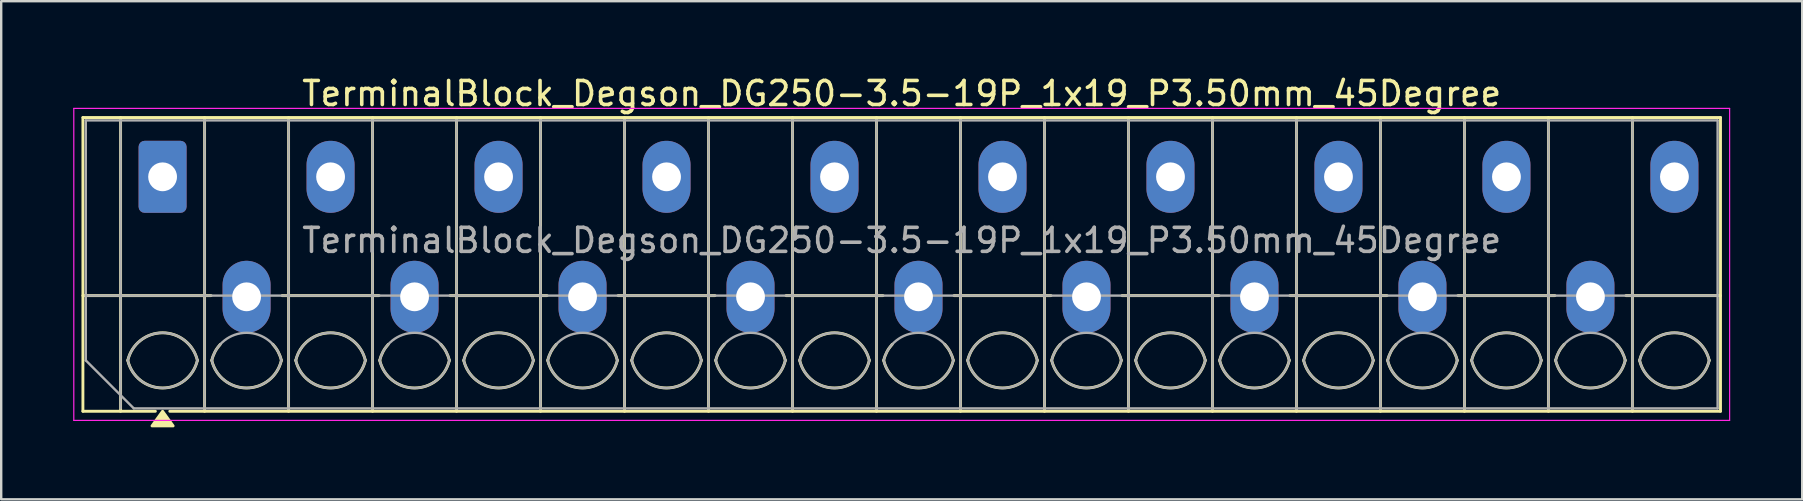
<source format=kicad_pcb>
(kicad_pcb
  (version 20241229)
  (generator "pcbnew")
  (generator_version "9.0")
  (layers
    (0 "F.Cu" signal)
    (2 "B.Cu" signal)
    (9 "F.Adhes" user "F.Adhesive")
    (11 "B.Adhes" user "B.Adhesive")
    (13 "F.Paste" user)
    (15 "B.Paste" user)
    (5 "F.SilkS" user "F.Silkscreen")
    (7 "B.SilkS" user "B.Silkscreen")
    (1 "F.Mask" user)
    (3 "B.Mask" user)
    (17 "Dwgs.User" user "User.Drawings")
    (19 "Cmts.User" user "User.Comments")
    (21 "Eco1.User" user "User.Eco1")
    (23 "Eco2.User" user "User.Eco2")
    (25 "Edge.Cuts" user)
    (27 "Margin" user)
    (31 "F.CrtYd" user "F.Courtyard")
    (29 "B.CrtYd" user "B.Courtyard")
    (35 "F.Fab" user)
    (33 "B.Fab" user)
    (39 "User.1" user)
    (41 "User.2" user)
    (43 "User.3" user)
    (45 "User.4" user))
  (footprint "TerminalBlock_Degson_DG250-3.5-19P_1x19_P3.50mm_45Degree"
    (layer "F.Cu")
    (at 3.725 4.318)
    (property "Reference" "TerminalBlock_Degson_DG250-3.5-19P_1x19_P3.50mm_45Degree" (at 30.8 -3.47 0) (layer "F.SilkS") (effects (font (size 1 1) (thickness 0.15))))
    (attr through_hole)
    (fp_line (start -3.32 -2.47) (end 64.92 -2.47) (stroke (width 0.12) (type solid)) (layer "F.SilkS"))
    (fp_line (start -3.32 4.95) (end 2.02 4.95) (stroke (width 0.12) (type solid)) (layer "F.SilkS"))
    (fp_line (start -3.32 9.77) (end -3.32 -2.47) (stroke (width 0.12) (type solid)) (layer "F.SilkS"))
    (fp_line (start -1.75 -2.47) (end -1.75 9.77) (stroke (width 0.12) (type solid)) (layer "F.SilkS"))
    (fp_line (start -0.3 9.77) (end -3.32 9.77) (stroke (width 0.12) (type solid)) (layer "F.SilkS"))
    (fp_line (start 1.75 -2.47) (end 1.75 9.77) (stroke (width 0.12) (type solid)) (layer "F.SilkS"))
    (fp_line (start 4.98 4.95) (end 9.02 4.95) (stroke (width 0.12) (type solid)) (layer "F.SilkS"))
    (fp_line (start 5.25 -2.47) (end 5.25 9.77) (stroke (width 0.12) (type solid)) (layer "F.SilkS"))
    (fp_line (start 8.75 -2.47) (end 8.75 9.77) (stroke (width 0.12) (type solid)) (layer "F.SilkS"))
    (fp_line (start 11.98 4.95) (end 16.02 4.95) (stroke (width 0.12) (type solid)) (layer "F.SilkS"))
    (fp_line (start 12.25 -2.47) (end 12.25 9.77) (stroke (width 0.12) (type solid)) (layer "F.SilkS"))
    (fp_line (start 15.75 -2.47) (end 15.75 9.77) (stroke (width 0.12) (type solid)) (layer "F.SilkS"))
    (fp_line (start 18.98 4.95) (end 23.02 4.95) (stroke (width 0.12) (type solid)) (layer "F.SilkS"))
    (fp_line (start 19.25 -2.47) (end 19.25 9.77) (stroke (width 0.12) (type solid)) (layer "F.SilkS"))
    (fp_line (start 22.75 -2.47) (end 22.75 9.77) (stroke (width 0.12) (type solid)) (layer "F.SilkS"))
    (fp_line (start 25.98 4.95) (end 30.02 4.95) (stroke (width 0.12) (type solid)) (layer "F.SilkS"))
    (fp_line (start 26.25 -2.47) (end 26.25 9.77) (stroke (width 0.12) (type solid)) (layer "F.SilkS"))
    (fp_line (start 29.75 -2.47) (end 29.75 9.77) (stroke (width 0.12) (type solid)) (layer "F.SilkS"))
    (fp_line (start 32.98 4.95) (end 37.02 4.95) (stroke (width 0.12) (type solid)) (layer "F.SilkS"))
    (fp_line (start 33.25 -2.47) (end 33.25 9.77) (stroke (width 0.12) (type solid)) (layer "F.SilkS"))
    (fp_line (start 36.75 -2.47) (end 36.75 9.77) (stroke (width 0.12) (type solid)) (layer "F.SilkS"))
    (fp_line (start 39.98 4.95) (end 44.02 4.95) (stroke (width 0.12) (type solid)) (layer "F.SilkS"))
    (fp_line (start 40.25 -2.47) (end 40.25 9.77) (stroke (width 0.12) (type solid)) (layer "F.SilkS"))
    (fp_line (start 43.75 -2.47) (end 43.75 9.77) (stroke (width 0.12) (type solid)) (layer "F.SilkS"))
    (fp_line (start 46.98 4.95) (end 51.02 4.95) (stroke (width 0.12) (type solid)) (layer "F.SilkS"))
    (fp_line (start 47.25 -2.47) (end 47.25 9.77) (stroke (width 0.12) (type solid)) (layer "F.SilkS"))
    (fp_line (start 50.75 -2.47) (end 50.75 9.77) (stroke (width 0.12) (type solid)) (layer "F.SilkS"))
    (fp_line (start 53.98 4.95) (end 58.02 4.95) (stroke (width 0.12) (type solid)) (layer "F.SilkS"))
    (fp_line (start 54.25 -2.47) (end 54.25 9.77) (stroke (width 0.12) (type solid)) (layer "F.SilkS"))
    (fp_line (start 57.75 -2.47) (end 57.75 9.77) (stroke (width 0.12) (type solid)) (layer "F.SilkS"))
    (fp_line (start 60.98 4.95) (end 64.92 4.95) (stroke (width 0.12) (type solid)) (layer "F.SilkS"))
    (fp_line (start 61.25 -2.47) (end 61.25 9.77) (stroke (width 0.12) (type solid)) (layer "F.SilkS"))
    (fp_line (start 64.92 -2.47) (end 64.92 9.77) (stroke (width 0.12) (type solid)) (layer "F.SilkS"))
    (fp_line (start 64.92 9.77) (end 0.3 9.77) (stroke (width 0.12) (type solid)) (layer "F.SilkS"))
    (fp_arc (start -1.45 7.65) (mid 0 6.5) (end 1.45 7.65) (stroke (width 0.12) (type solid)) (layer "F.SilkS"))
    (fp_arc (start 1.45 7.65) (mid 0 8.8) (end -1.45 7.65) (stroke (width 0.12) (type solid)) (layer "F.SilkS"))
    (fp_arc (start 2.05 7.65) (mid 2.18402 7.291962) (end 2.405 6.98) (stroke (width 0.12) (type solid)) (layer "F.SilkS"))
    (fp_arc (start 4.595 6.98) (mid 4.81598 7.291962) (end 4.95 7.65) (stroke (width 0.12) (type solid)) (layer "F.SilkS"))
    (fp_arc (start 4.95 7.65) (mid 3.5 8.8) (end 2.05 7.65) (stroke (width 0.12) (type solid)) (layer "F.SilkS"))
    (fp_arc (start 5.55 7.65) (mid 7 6.5) (end 8.45 7.65) (stroke (width 0.12) (type solid)) (layer "F.SilkS"))
    (fp_arc (start 8.45 7.65) (mid 7 8.8) (end 5.55 7.65) (stroke (width 0.12) (type solid)) (layer "F.SilkS"))
    (fp_arc (start 9.05 7.65) (mid 9.18402 7.291962) (end 9.405 6.98) (stroke (width 0.12) (type solid)) (layer "F.SilkS"))
    (fp_arc (start 11.595 6.98) (mid 11.81598 7.291962) (end 11.95 7.65) (stroke (width 0.12) (type solid)) (layer "F.SilkS"))
    (fp_arc (start 11.95 7.65) (mid 10.5 8.8) (end 9.05 7.65) (stroke (width 0.12) (type solid)) (layer "F.SilkS"))
    (fp_arc (start 12.55 7.65) (mid 14 6.5) (end 15.45 7.65) (stroke (width 0.12) (type solid)) (layer "F.SilkS"))
    (fp_arc (start 15.45 7.65) (mid 14 8.8) (end 12.55 7.65) (stroke (width 0.12) (type solid)) (layer "F.SilkS"))
    (fp_arc (start 16.05 7.65) (mid 16.18402 7.291962) (end 16.405 6.98) (stroke (width 0.12) (type solid)) (layer "F.SilkS"))
    (fp_arc (start 18.595 6.98) (mid 18.81598 7.291962) (end 18.95 7.65) (stroke (width 0.12) (type solid)) (layer "F.SilkS"))
    (fp_arc (start 18.95 7.65) (mid 17.5 8.8) (end 16.05 7.65) (stroke (width 0.12) (type solid)) (layer "F.SilkS"))
    (fp_arc (start 19.55 7.65) (mid 21 6.5) (end 22.45 7.65) (stroke (width 0.12) (type solid)) (layer "F.SilkS"))
    (fp_arc (start 22.45 7.65) (mid 21 8.8) (end 19.55 7.65) (stroke (width 0.12) (type solid)) (layer "F.SilkS"))
    (fp_arc (start 23.05 7.65) (mid 23.18402 7.291962) (end 23.405 6.98) (stroke (width 0.12) (type solid)) (layer "F.SilkS"))
    (fp_arc (start 25.595 6.98) (mid 25.81598 7.291962) (end 25.95 7.65) (stroke (width 0.12) (type solid)) (layer "F.SilkS"))
    (fp_arc (start 25.95 7.65) (mid 24.5 8.8) (end 23.05 7.65) (stroke (width 0.12) (type solid)) (layer "F.SilkS"))
    (fp_arc (start 26.55 7.65) (mid 28 6.5) (end 29.45 7.65) (stroke (width 0.12) (type solid)) (layer "F.SilkS"))
    (fp_arc (start 29.45 7.65) (mid 28 8.8) (end 26.55 7.65) (stroke (width 0.12) (type solid)) (layer "F.SilkS"))
    (fp_arc (start 30.05 7.65) (mid 30.18402 7.291962) (end 30.405 6.98) (stroke (width 0.12) (type solid)) (layer "F.SilkS"))
    (fp_arc (start 32.595 6.98) (mid 32.81598 7.291962) (end 32.95 7.65) (stroke (width 0.12) (type solid)) (layer "F.SilkS"))
    (fp_arc (start 32.95 7.65) (mid 31.5 8.8) (end 30.05 7.65) (stroke (width 0.12) (type solid)) (layer "F.SilkS"))
    (fp_arc (start 33.55 7.65) (mid 35 6.5) (end 36.45 7.65) (stroke (width 0.12) (type solid)) (layer "F.SilkS"))
    (fp_arc (start 36.45 7.65) (mid 35 8.8) (end 33.55 7.65) (stroke (width 0.12) (type solid)) (layer "F.SilkS"))
    (fp_arc (start 37.05 7.65) (mid 37.18402 7.291962) (end 37.405 6.98) (stroke (width 0.12) (type solid)) (layer "F.SilkS"))
    (fp_arc (start 39.595 6.98) (mid 39.81598 7.291962) (end 39.95 7.65) (stroke (width 0.12) (type solid)) (layer "F.SilkS"))
    (fp_arc (start 39.95 7.65) (mid 38.5 8.8) (end 37.05 7.65) (stroke (width 0.12) (type solid)) (layer "F.SilkS"))
    (fp_arc (start 40.55 7.65) (mid 42 6.5) (end 43.45 7.65) (stroke (width 0.12) (type solid)) (layer "F.SilkS"))
    (fp_arc (start 43.45 7.65) (mid 42 8.8) (end 40.55 7.65) (stroke (width 0.12) (type solid)) (layer "F.SilkS"))
    (fp_arc (start 44.05 7.65) (mid 44.18402 7.291962) (end 44.405 6.98) (stroke (width 0.12) (type solid)) (layer "F.SilkS"))
    (fp_arc (start 46.595 6.98) (mid 46.81598 7.291962) (end 46.95 7.65) (stroke (width 0.12) (type solid)) (layer "F.SilkS"))
    (fp_arc (start 46.95 7.65) (mid 45.5 8.8) (end 44.05 7.65) (stroke (width 0.12) (type solid)) (layer "F.SilkS"))
    (fp_arc (start 47.55 7.65) (mid 49 6.5) (end 50.45 7.65) (stroke (width 0.12) (type solid)) (layer "F.SilkS"))
    (fp_arc (start 50.45 7.65) (mid 49 8.8) (end 47.55 7.65) (stroke (width 0.12) (type solid)) (layer "F.SilkS"))
    (fp_arc (start 51.05 7.65) (mid 51.18402 7.291962) (end 51.405 6.98) (stroke (width 0.12) (type solid)) (layer "F.SilkS"))
    (fp_arc (start 53.595 6.98) (mid 53.81598 7.291962) (end 53.95 7.65) (stroke (width 0.12) (type solid)) (layer "F.SilkS"))
    (fp_arc (start 53.95 7.65) (mid 52.5 8.8) (end 51.05 7.65) (stroke (width 0.12) (type solid)) (layer "F.SilkS"))
    (fp_arc (start 54.55 7.65) (mid 56 6.5) (end 57.45 7.65) (stroke (width 0.12) (type solid)) (layer "F.SilkS"))
    (fp_arc (start 57.45 7.65) (mid 56 8.8) (end 54.55 7.65) (stroke (width 0.12) (type solid)) (layer "F.SilkS"))
    (fp_arc (start 58.05 7.65) (mid 58.18402 7.291962) (end 58.405 6.98) (stroke (width 0.12) (type solid)) (layer "F.SilkS"))
    (fp_arc (start 60.595 6.98) (mid 60.81598 7.291962) (end 60.95 7.65) (stroke (width 0.12) (type solid)) (layer "F.SilkS"))
    (fp_arc (start 60.95 7.65) (mid 59.5 8.8) (end 58.05 7.65) (stroke (width 0.12) (type solid)) (layer "F.SilkS"))
    (fp_arc (start 61.55 7.65) (mid 63 6.5) (end 64.45 7.65) (stroke (width 0.12) (type solid)) (layer "F.SilkS"))
    (fp_arc (start 64.45 7.65) (mid 63 8.8) (end 61.55 7.65) (stroke (width 0.12) (type solid)) (layer "F.SilkS"))
    (fp_poly (pts (xy 0 9.77) (xy 0.44 10.38) (xy -0.44 10.38)) (stroke (width 0.12) (type solid)) (fill yes) (layer "F.SilkS"))
    (fp_line (start -3.7 -2.85) (end -3.7 10.15) (stroke (width 0.05) (type solid)) (layer "F.CrtYd"))
    (fp_line (start -3.7 10.15) (end 65.3 10.15) (stroke (width 0.05) (type solid)) (layer "F.CrtYd"))
    (fp_line (start 65.3 -2.85) (end -3.7 -2.85) (stroke (width 0.05) (type solid)) (layer "F.CrtYd"))
    (fp_line (start 65.3 10.15) (end 65.3 -2.85) (stroke (width 0.05) (type solid)) (layer "F.CrtYd"))
    (fp_line (start -3.2 -2.35) (end 64.8 -2.35) (stroke (width 0.1) (type solid)) (layer "F.Fab"))
    (fp_line (start -3.2 4.95) (end 64.8 4.95) (stroke (width 0.1) (type solid)) (layer "F.Fab"))
    (fp_line (start -3.2 7.65) (end -3.2 -2.35) (stroke (width 0.1) (type solid)) (layer "F.Fab"))
    (fp_line (start -1.75 -2.35) (end -1.75 9.65) (stroke (width 0.1) (type solid)) (layer "F.Fab"))
    (fp_line (start -1.2 9.65) (end -3.2 7.65) (stroke (width 0.1) (type solid)) (layer "F.Fab"))
    (fp_line (start 1.75 -2.35) (end 1.75 9.65) (stroke (width 0.1) (type solid)) (layer "F.Fab"))
    (fp_line (start 5.25 -2.35) (end 5.25 9.65) (stroke (width 0.1) (type solid)) (layer "F.Fab"))
    (fp_line (start 8.75 -2.35) (end 8.75 9.65) (stroke (width 0.1) (type solid)) (layer "F.Fab"))
    (fp_line (start 12.25 -2.35) (end 12.25 9.65) (stroke (width 0.1) (type solid)) (layer "F.Fab"))
    (fp_line (start 15.75 -2.35) (end 15.75 9.65) (stroke (width 0.1) (type solid)) (layer "F.Fab"))
    (fp_line (start 19.25 -2.35) (end 19.25 9.65) (stroke (width 0.1) (type solid)) (layer "F.Fab"))
    (fp_line (start 22.75 -2.35) (end 22.75 9.65) (stroke (width 0.1) (type solid)) (layer "F.Fab"))
    (fp_line (start 26.25 -2.35) (end 26.25 9.65) (stroke (width 0.1) (type solid)) (layer "F.Fab"))
    (fp_line (start 29.75 -2.35) (end 29.75 9.65) (stroke (width 0.1) (type solid)) (layer "F.Fab"))
    (fp_line (start 33.25 -2.35) (end 33.25 9.65) (stroke (width 0.1) (type solid)) (layer "F.Fab"))
    (fp_line (start 36.75 -2.35) (end 36.75 9.65) (stroke (width 0.1) (type solid)) (layer "F.Fab"))
    (fp_line (start 40.25 -2.35) (end 40.25 9.65) (stroke (width 0.1) (type solid)) (layer "F.Fab"))
    (fp_line (start 43.75 -2.35) (end 43.75 9.65) (stroke (width 0.1) (type solid)) (layer "F.Fab"))
    (fp_line (start 47.25 -2.35) (end 47.25 9.65) (stroke (width 0.1) (type solid)) (layer "F.Fab"))
    (fp_line (start 50.75 -2.35) (end 50.75 9.65) (stroke (width 0.1) (type solid)) (layer "F.Fab"))
    (fp_line (start 54.25 -2.35) (end 54.25 9.65) (stroke (width 0.1) (type solid)) (layer "F.Fab"))
    (fp_line (start 57.75 -2.35) (end 57.75 9.65) (stroke (width 0.1) (type solid)) (layer "F.Fab"))
    (fp_line (start 61.25 -2.35) (end 61.25 9.65) (stroke (width 0.1) (type solid)) (layer "F.Fab"))
    (fp_line (start 64.8 -2.35) (end 64.8 9.65) (stroke (width 0.1) (type solid)) (layer "F.Fab"))
    (fp_line (start 64.8 9.65) (end -1.2 9.65) (stroke (width 0.1) (type solid)) (layer "F.Fab"))
    (fp_arc (start -1.45 7.65) (mid 0 6.5) (end 1.45 7.65) (stroke (width 0.1) (type solid)) (layer "F.Fab"))
    (fp_arc (start 1.45 7.65) (mid 0 8.8) (end -1.45 7.65) (stroke (width 0.1) (type solid)) (layer "F.Fab"))
    (fp_arc (start 2.05 7.65) (mid 3.5 6.5) (end 4.95 7.65) (stroke (width 0.1) (type solid)) (layer "F.Fab"))
    (fp_arc (start 4.95 7.65) (mid 3.5 8.8) (end 2.05 7.65) (stroke (width 0.1) (type solid)) (layer "F.Fab"))
    (fp_arc (start 5.55 7.65) (mid 7 6.5) (end 8.45 7.65) (stroke (width 0.1) (type solid)) (layer "F.Fab"))
    (fp_arc (start 8.45 7.65) (mid 7 8.8) (end 5.55 7.65) (stroke (width 0.1) (type solid)) (layer "F.Fab"))
    (fp_arc (start 9.05 7.65) (mid 10.5 6.5) (end 11.95 7.65) (stroke (width 0.1) (type solid)) (layer "F.Fab"))
    (fp_arc (start 11.95 7.65) (mid 10.5 8.8) (end 9.05 7.65) (stroke (width 0.1) (type solid)) (layer "F.Fab"))
    (fp_arc (start 12.55 7.65) (mid 14 6.5) (end 15.45 7.65) (stroke (width 0.1) (type solid)) (layer "F.Fab"))
    (fp_arc (start 15.45 7.65) (mid 14 8.8) (end 12.55 7.65) (stroke (width 0.1) (type solid)) (layer "F.Fab"))
    (fp_arc (start 16.05 7.65) (mid 17.5 6.5) (end 18.95 7.65) (stroke (width 0.1) (type solid)) (layer "F.Fab"))
    (fp_arc (start 18.95 7.65) (mid 17.5 8.8) (end 16.05 7.65) (stroke (width 0.1) (type solid)) (layer "F.Fab"))
    (fp_arc (start 19.55 7.65) (mid 21 6.5) (end 22.45 7.65) (stroke (width 0.1) (type solid)) (layer "F.Fab"))
    (fp_arc (start 22.45 7.65) (mid 21 8.8) (end 19.55 7.65) (stroke (width 0.1) (type solid)) (layer "F.Fab"))
    (fp_arc (start 23.05 7.65) (mid 24.5 6.5) (end 25.95 7.65) (stroke (width 0.1) (type solid)) (layer "F.Fab"))
    (fp_arc (start 25.95 7.65) (mid 24.5 8.8) (end 23.05 7.65) (stroke (width 0.1) (type solid)) (layer "F.Fab"))
    (fp_arc (start 26.55 7.65) (mid 28 6.5) (end 29.45 7.65) (stroke (width 0.1) (type solid)) (layer "F.Fab"))
    (fp_arc (start 29.45 7.65) (mid 28 8.8) (end 26.55 7.65) (stroke (width 0.1) (type solid)) (layer "F.Fab"))
    (fp_arc (start 30.05 7.65) (mid 31.5 6.5) (end 32.95 7.65) (stroke (width 0.1) (type solid)) (layer "F.Fab"))
    (fp_arc (start 32.95 7.65) (mid 31.5 8.8) (end 30.05 7.65) (stroke (width 0.1) (type solid)) (layer "F.Fab"))
    (fp_arc (start 33.55 7.65) (mid 35 6.5) (end 36.45 7.65) (stroke (width 0.1) (type solid)) (layer "F.Fab"))
    (fp_arc (start 36.45 7.65) (mid 35 8.8) (end 33.55 7.65) (stroke (width 0.1) (type solid)) (layer "F.Fab"))
    (fp_arc (start 37.05 7.65) (mid 38.5 6.5) (end 39.95 7.65) (stroke (width 0.1) (type solid)) (layer "F.Fab"))
    (fp_arc (start 39.95 7.65) (mid 38.5 8.8) (end 37.05 7.65) (stroke (width 0.1) (type solid)) (layer "F.Fab"))
    (fp_arc (start 40.55 7.65) (mid 42 6.5) (end 43.45 7.65) (stroke (width 0.1) (type solid)) (layer "F.Fab"))
    (fp_arc (start 43.45 7.65) (mid 42 8.8) (end 40.55 7.65) (stroke (width 0.1) (type solid)) (layer "F.Fab"))
    (fp_arc (start 44.05 7.65) (mid 45.5 6.5) (end 46.95 7.65) (stroke (width 0.1) (type solid)) (layer "F.Fab"))
    (fp_arc (start 46.95 7.65) (mid 45.5 8.8) (end 44.05 7.65) (stroke (width 0.1) (type solid)) (layer "F.Fab"))
    (fp_arc (start 47.55 7.65) (mid 49 6.5) (end 50.45 7.65) (stroke (width 0.1) (type solid)) (layer "F.Fab"))
    (fp_arc (start 50.45 7.65) (mid 49 8.8) (end 47.55 7.65) (stroke (width 0.1) (type solid)) (layer "F.Fab"))
    (fp_arc (start 51.05 7.65) (mid 52.5 6.5) (end 53.95 7.65) (stroke (width 0.1) (type solid)) (layer "F.Fab"))
    (fp_arc (start 53.95 7.65) (mid 52.5 8.8) (end 51.05 7.65) (stroke (width 0.1) (type solid)) (layer "F.Fab"))
    (fp_arc (start 54.55 7.65) (mid 56 6.5) (end 57.45 7.65) (stroke (width 0.1) (type solid)) (layer "F.Fab"))
    (fp_arc (start 57.45 7.65) (mid 56 8.8) (end 54.55 7.65) (stroke (width 0.1) (type solid)) (layer "F.Fab"))
    (fp_arc (start 58.05 7.65) (mid 59.5 6.5) (end 60.95 7.65) (stroke (width 0.1) (type solid)) (layer "F.Fab"))
    (fp_arc (start 60.95 7.65) (mid 59.5 8.8) (end 58.05 7.65) (stroke (width 0.1) (type solid)) (layer "F.Fab"))
    (fp_arc (start 61.55 7.65) (mid 63 6.5) (end 64.45 7.65) (stroke (width 0.1) (type solid)) (layer "F.Fab"))
    (fp_arc (start 64.45 7.65) (mid 63 8.8) (end 61.55 7.65) (stroke (width 0.1) (type solid)) (layer "F.Fab"))
    (fp_text user "${REFERENCE}" (at 30.8 2.65 0) (layer "F.Fab") (effects (font (size 1 1) (thickness 0.15))))
    (pad "1" thru_hole roundrect (at 0 0) (size 2 3) (drill 1.2) (layers "*.Cu" "*.Mask") (roundrect_rratio 0.125))
    (pad "2" thru_hole oval (at 3.5 5) (size 2 3) (drill 1.2) (layers "*.Cu" "*.Mask"))
    (pad "3" thru_hole oval (at 7 0) (size 2 3) (drill 1.2) (layers "*.Cu" "*.Mask"))
    (pad "4" thru_hole oval (at 10.5 5) (size 2 3) (drill 1.2) (layers "*.Cu" "*.Mask"))
    (pad "5" thru_hole oval (at 14 0) (size 2 3) (drill 1.2) (layers "*.Cu" "*.Mask"))
    (pad "6" thru_hole oval (at 17.5 5) (size 2 3) (drill 1.2) (layers "*.Cu" "*.Mask"))
    (pad "7" thru_hole oval (at 21 0) (size 2 3) (drill 1.2) (layers "*.Cu" "*.Mask"))
    (pad "8" thru_hole oval (at 24.5 5) (size 2 3) (drill 1.2) (layers "*.Cu" "*.Mask"))
    (pad "9" thru_hole oval (at 28 0) (size 2 3) (drill 1.2) (layers "*.Cu" "*.Mask"))
    (pad "10" thru_hole oval (at 31.5 5) (size 2 3) (drill 1.2) (layers "*.Cu" "*.Mask"))
    (pad "11" thru_hole oval (at 35 0) (size 2 3) (drill 1.2) (layers "*.Cu" "*.Mask"))
    (pad "12" thru_hole oval (at 38.5 5) (size 2 3) (drill 1.2) (layers "*.Cu" "*.Mask"))
    (pad "13" thru_hole oval (at 42 0) (size 2 3) (drill 1.2) (layers "*.Cu" "*.Mask"))
    (pad "14" thru_hole oval (at 45.5 5) (size 2 3) (drill 1.2) (layers "*.Cu" "*.Mask"))
    (pad "15" thru_hole oval (at 49 0) (size 2 3) (drill 1.2) (layers "*.Cu" "*.Mask"))
    (pad "16" thru_hole oval (at 52.5 5) (size 2 3) (drill 1.2) (layers "*.Cu" "*.Mask"))
    (pad "17" thru_hole oval (at 56 0) (size 2 3) (drill 1.2) (layers "*.Cu" "*.Mask"))
    (pad "18" thru_hole oval (at 59.5 5) (size 2 3) (drill 1.2) (layers "*.Cu" "*.Mask"))
    (pad "19" thru_hole oval (at 63 0) (size 2 3) (drill 1.2) (layers "*.Cu" "*.Mask")))
  (gr_rect
    (start -3 -3)
    (end 72.05 17.758)
    (stroke (width 0.1) (type default))
    (fill no)
    (layer "Edge.Cuts")))
</source>
